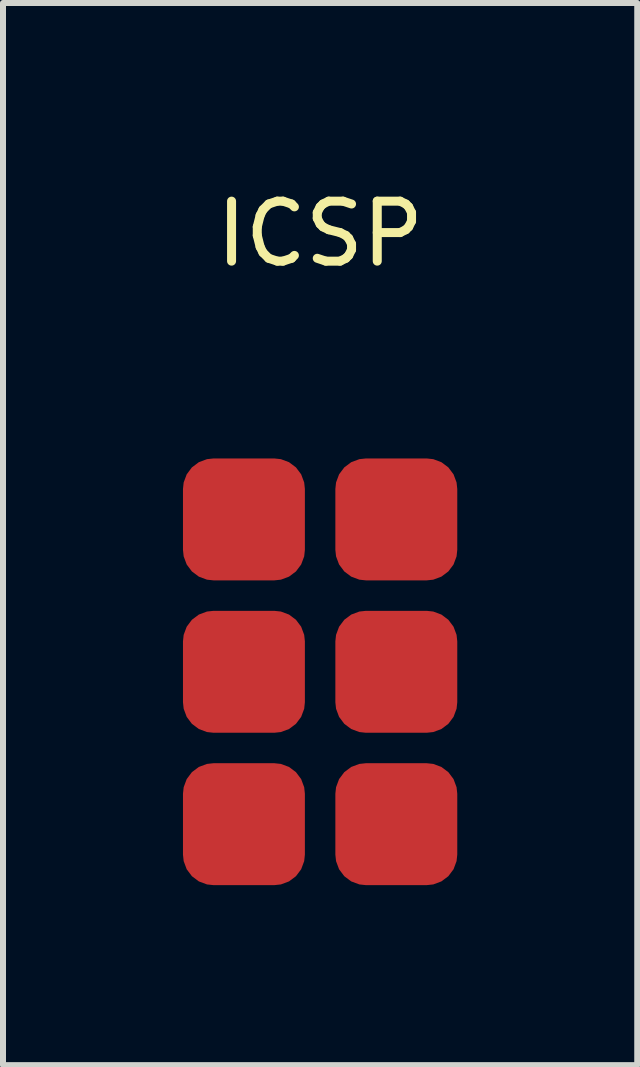
<source format=kicad_pcb>
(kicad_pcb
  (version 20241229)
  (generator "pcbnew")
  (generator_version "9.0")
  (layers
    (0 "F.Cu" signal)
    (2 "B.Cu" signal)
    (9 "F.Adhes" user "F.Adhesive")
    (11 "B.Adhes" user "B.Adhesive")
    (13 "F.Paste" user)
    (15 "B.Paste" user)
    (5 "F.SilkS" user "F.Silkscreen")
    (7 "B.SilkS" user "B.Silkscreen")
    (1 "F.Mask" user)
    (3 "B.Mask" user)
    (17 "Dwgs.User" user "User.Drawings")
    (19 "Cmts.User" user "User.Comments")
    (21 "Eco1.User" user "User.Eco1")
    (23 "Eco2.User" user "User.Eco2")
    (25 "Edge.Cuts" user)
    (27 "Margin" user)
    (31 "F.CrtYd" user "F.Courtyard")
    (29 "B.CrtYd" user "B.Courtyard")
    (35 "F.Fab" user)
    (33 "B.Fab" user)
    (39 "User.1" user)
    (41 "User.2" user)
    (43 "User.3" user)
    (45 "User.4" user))
  (footprint "ICSP"
    (layer "F.Cu")
    (at 2.286 8.148)
    (property "Reference" "ICSP" (at 0 -7.3 0) (layer "F.SilkS") (effects (font (size 1 1) (thickness 0.15))))
    (attr through_hole)
    (pad "1" smd roundrect (at -1.27 -2.54) (size 2.032 2.032) (layers "F.Cu" "F.Mask" "F.Paste") (roundrect_rratio 0.25))
    (pad "2" smd roundrect (at 1.27 -2.54) (size 2.032 2.032) (layers "F.Cu" "F.Mask" "F.Paste") (roundrect_rratio 0.25))
    (pad "3" smd roundrect (at -1.27 0) (size 2.032 2.032) (layers "F.Cu" "F.Mask" "F.Paste") (roundrect_rratio 0.25))
    (pad "4" smd roundrect (at 1.27 0) (size 2.032 2.032) (layers "F.Cu" "F.Mask" "F.Paste") (roundrect_rratio 0.25))
    (pad "5" smd roundrect (at -1.27 2.54) (size 2.032 2.032) (layers "F.Cu" "F.Mask" "F.Paste") (roundrect_rratio 0.25))
    (pad "6" smd roundrect (at 1.27 2.54) (size 2.032 2.032) (layers "F.Cu" "F.Mask" "F.Paste") (roundrect_rratio 0.25)))
  (gr_rect
    (start -3 -3)
    (end 7.572 14.704)
    (stroke (width 0.1) (type default))
    (fill no)
    (layer "Edge.Cuts")))
</source>
